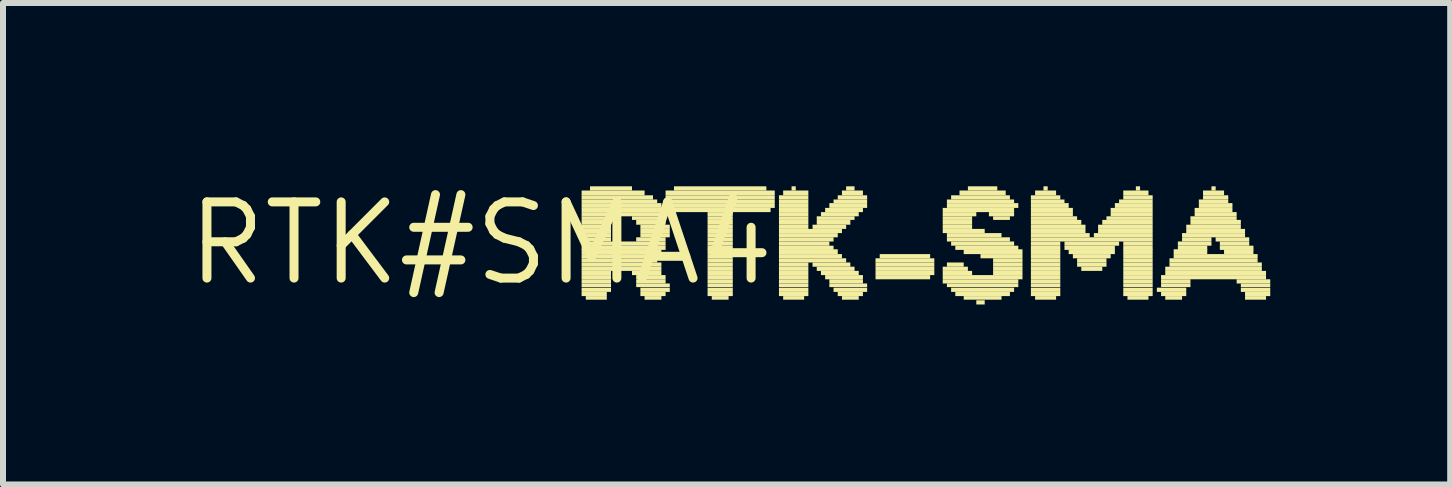
<source format=kicad_pcb>
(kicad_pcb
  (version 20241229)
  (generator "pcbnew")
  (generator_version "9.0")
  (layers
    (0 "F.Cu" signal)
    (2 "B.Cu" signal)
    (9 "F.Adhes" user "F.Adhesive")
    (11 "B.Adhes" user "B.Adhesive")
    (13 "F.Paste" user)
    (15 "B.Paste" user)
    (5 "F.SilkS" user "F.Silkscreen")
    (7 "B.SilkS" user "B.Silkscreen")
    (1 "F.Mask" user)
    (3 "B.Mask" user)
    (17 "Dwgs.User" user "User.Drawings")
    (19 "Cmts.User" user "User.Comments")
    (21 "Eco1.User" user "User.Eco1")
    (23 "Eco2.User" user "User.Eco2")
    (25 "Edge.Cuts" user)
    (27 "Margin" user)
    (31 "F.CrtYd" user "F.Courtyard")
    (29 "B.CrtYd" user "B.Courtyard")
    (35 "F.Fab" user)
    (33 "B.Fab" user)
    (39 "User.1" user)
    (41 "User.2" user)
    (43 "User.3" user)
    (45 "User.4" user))
  (footprint "RTK#SMA4"
    (layer "F.Cu")
    (at 4.966 1.006)
    (property "Reference" "RTK#SMA4" (at 0 0 0) (layer "F.SilkS") (effects (font (size 1.27 1.27) (thickness 0.15))))
    (attr through_hole)
    (fp_poly (pts (xy 1.68 -0.8) (xy 2.73 -0.8) (xy 2.73 -0.88) (xy 1.68 -0.88)) (stroke (width 0) (type solid)) (fill yes) (layer "F.SilkS"))
    (fp_poly (pts (xy 1.68 -0.73) (xy 2.87 -0.73) (xy 2.87 -0.8) (xy 1.68 -0.8)) (stroke (width 0) (type solid)) (fill yes) (layer "F.SilkS"))
    (fp_poly (pts (xy 1.68 -0.67) (xy 2.94 -0.67) (xy 2.94 -0.73) (xy 1.68 -0.73)) (stroke (width 0) (type solid)) (fill yes) (layer "F.SilkS"))
    (fp_poly (pts (xy 1.68 -0.59) (xy 3.01 -0.59) (xy 3.01 -0.67) (xy 1.68 -0.67)) (stroke (width 0) (type solid)) (fill yes) (layer "F.SilkS"))
    (fp_poly (pts (xy 1.68 -0.52) (xy 3.01 -0.52) (xy 3.01 -0.59) (xy 1.68 -0.59)) (stroke (width 0) (type solid)) (fill yes) (layer "F.SilkS"))
    (fp_poly (pts (xy 1.68 -0.45) (xy 3.08 -0.45) (xy 3.08 -0.52) (xy 1.68 -0.52)) (stroke (width 0) (type solid)) (fill yes) (layer "F.SilkS"))
    (fp_poly (pts (xy 1.68 -0.39) (xy 2.17 -0.39) (xy 2.17 -0.45) (xy 1.68 -0.45)) (stroke (width 0) (type solid)) (fill yes) (layer "F.SilkS"))
    (fp_poly (pts (xy 1.68 -0.31) (xy 2.17 -0.31) (xy 2.17 -0.39) (xy 1.68 -0.39)) (stroke (width 0) (type solid)) (fill yes) (layer "F.SilkS"))
    (fp_poly (pts (xy 1.68 -0.24) (xy 2.17 -0.24) (xy 2.17 -0.31) (xy 1.68 -0.31)) (stroke (width 0) (type solid)) (fill yes) (layer "F.SilkS"))
    (fp_poly (pts (xy 1.68 -0.17) (xy 2.17 -0.17) (xy 2.17 -0.24) (xy 1.68 -0.24)) (stroke (width 0) (type solid)) (fill yes) (layer "F.SilkS"))
    (fp_poly (pts (xy 1.68 -0.1) (xy 2.17 -0.1) (xy 2.17 -0.17) (xy 1.68 -0.17)) (stroke (width 0) (type solid)) (fill yes) (layer "F.SilkS"))
    (fp_poly (pts (xy 1.68 -0.03) (xy 2.17 -0.03) (xy 2.17 -0.1) (xy 1.68 -0.1)) (stroke (width 0) (type solid)) (fill yes) (layer "F.SilkS"))
    (fp_poly (pts (xy 1.68 0.04) (xy 3.08 0.04) (xy 3.08 -0.03) (xy 1.68 -0.03)) (stroke (width 0) (type solid)) (fill yes) (layer "F.SilkS"))
    (fp_poly (pts (xy 1.68 0.11) (xy 3.08 0.11) (xy 3.08 0.04) (xy 1.68 0.04)) (stroke (width 0) (type solid)) (fill yes) (layer "F.SilkS"))
    (fp_poly (pts (xy 1.68 0.18) (xy 3.01 0.18) (xy 3.01 0.1) (xy 1.68 0.1)) (stroke (width 0) (type solid)) (fill yes) (layer "F.SilkS"))
    (fp_poly (pts (xy 1.68 0.25) (xy 2.94 0.25) (xy 2.94 0.18) (xy 1.68 0.18)) (stroke (width 0) (type solid)) (fill yes) (layer "F.SilkS"))
    (fp_poly (pts (xy 1.68 0.32) (xy 2.94 0.32) (xy 2.94 0.25) (xy 1.68 0.25)) (stroke (width 0) (type solid)) (fill yes) (layer "F.SilkS"))
    (fp_poly (pts (xy 1.68 0.39) (xy 3.01 0.39) (xy 3.01 0.32) (xy 1.68 0.32)) (stroke (width 0) (type solid)) (fill yes) (layer "F.SilkS"))
    (fp_poly (pts (xy 1.68 0.46) (xy 3.01 0.46) (xy 3.01 0.39) (xy 1.68 0.39)) (stroke (width 0) (type solid)) (fill yes) (layer "F.SilkS"))
    (fp_poly (pts (xy 1.68 0.53) (xy 2.17 0.53) (xy 2.17 0.46) (xy 1.68 0.46)) (stroke (width 0) (type solid)) (fill yes) (layer "F.SilkS"))
    (fp_poly (pts (xy 1.68 0.6) (xy 2.17 0.6) (xy 2.17 0.53) (xy 1.68 0.53)) (stroke (width 0) (type solid)) (fill yes) (layer "F.SilkS"))
    (fp_poly (pts (xy 1.68 0.67) (xy 2.17 0.67) (xy 2.17 0.6) (xy 1.68 0.6)) (stroke (width 0) (type solid)) (fill yes) (layer "F.SilkS"))
    (fp_poly (pts (xy 1.68 0.73) (xy 2.17 0.73) (xy 2.17 0.67) (xy 1.68 0.67)) (stroke (width 0) (type solid)) (fill yes) (layer "F.SilkS"))
    (fp_poly (pts (xy 1.68 0.81) (xy 2.17 0.81) (xy 2.17 0.74) (xy 1.68 0.74)) (stroke (width 0) (type solid)) (fill yes) (layer "F.SilkS"))
    (fp_poly (pts (xy 1.68 0.88) (xy 2.1 0.88) (xy 2.1 0.81) (xy 1.68 0.81)) (stroke (width 0) (type solid)) (fill yes) (layer "F.SilkS"))
    (fp_poly (pts (xy 1.75 0.94) (xy 2.1 0.94) (xy 2.1 0.88) (xy 1.75 0.88)) (stroke (width 0) (type solid)) (fill yes) (layer "F.SilkS"))
    (fp_poly (pts (xy 1.82 -0.88) (xy 2.52 -0.88) (xy 2.52 -0.95) (xy 1.82 -0.95)) (stroke (width 0) (type solid)) (fill yes) (layer "F.SilkS"))
    (fp_poly (pts (xy 2.52 -0.39) (xy 3.08 -0.39) (xy 3.08 -0.45) (xy 2.52 -0.45)) (stroke (width 0) (type solid)) (fill yes) (layer "F.SilkS"))
    (fp_poly (pts (xy 2.52 0.53) (xy 3.01 0.53) (xy 3.01 0.46) (xy 2.52 0.46)) (stroke (width 0) (type solid)) (fill yes) (layer "F.SilkS"))
    (fp_poly (pts (xy 2.59 -0.31) (xy 3.08 -0.31) (xy 3.08 -0.39) (xy 2.59 -0.39)) (stroke (width 0) (type solid)) (fill yes) (layer "F.SilkS"))
    (fp_poly (pts (xy 2.59 -0.03) (xy 3.08 -0.03) (xy 3.08 -0.1) (xy 2.59 -0.1)) (stroke (width 0) (type solid)) (fill yes) (layer "F.SilkS"))
    (fp_poly (pts (xy 2.59 0.6) (xy 3.08 0.6) (xy 3.08 0.53) (xy 2.59 0.53)) (stroke (width 0) (type solid)) (fill yes) (layer "F.SilkS"))
    (fp_poly (pts (xy 2.59 0.67) (xy 3.08 0.67) (xy 3.08 0.6) (xy 2.59 0.6)) (stroke (width 0) (type solid)) (fill yes) (layer "F.SilkS"))
    (fp_poly (pts (xy 2.59 0.73) (xy 3.15 0.73) (xy 3.15 0.67) (xy 2.59 0.67)) (stroke (width 0) (type solid)) (fill yes) (layer "F.SilkS"))
    (fp_poly (pts (xy 2.66 -0.24) (xy 3.15 -0.24) (xy 3.15 -0.31) (xy 2.66 -0.31)) (stroke (width 0) (type solid)) (fill yes) (layer "F.SilkS"))
    (fp_poly (pts (xy 2.66 -0.17) (xy 3.15 -0.17) (xy 3.15 -0.24) (xy 2.66 -0.24)) (stroke (width 0) (type solid)) (fill yes) (layer "F.SilkS"))
    (fp_poly (pts (xy 2.66 -0.1) (xy 3.15 -0.1) (xy 3.15 -0.17) (xy 2.66 -0.17)) (stroke (width 0) (type solid)) (fill yes) (layer "F.SilkS"))
    (fp_poly (pts (xy 2.66 0.81) (xy 3.15 0.81) (xy 3.15 0.74) (xy 2.66 0.74)) (stroke (width 0) (type solid)) (fill yes) (layer "F.SilkS"))
    (fp_poly (pts (xy 2.66 0.88) (xy 3.08 0.88) (xy 3.08 0.81) (xy 2.66 0.81)) (stroke (width 0) (type solid)) (fill yes) (layer "F.SilkS"))
    (fp_poly (pts (xy 2.73 0.94) (xy 3.01 0.94) (xy 3.01 0.88) (xy 2.73 0.88)) (stroke (width 0) (type solid)) (fill yes) (layer "F.SilkS"))
    (fp_poly (pts (xy 3.08 -0.8) (xy 4.9 -0.8) (xy 4.9 -0.88) (xy 3.08 -0.88)) (stroke (width 0) (type solid)) (fill yes) (layer "F.SilkS"))
    (fp_poly (pts (xy 3.08 -0.73) (xy 4.9 -0.73) (xy 4.9 -0.8) (xy 3.08 -0.8)) (stroke (width 0) (type solid)) (fill yes) (layer "F.SilkS"))
    (fp_poly (pts (xy 3.08 -0.67) (xy 4.9 -0.67) (xy 4.9 -0.73) (xy 3.08 -0.73)) (stroke (width 0) (type solid)) (fill yes) (layer "F.SilkS"))
    (fp_poly (pts (xy 3.08 -0.59) (xy 4.9 -0.59) (xy 4.9 -0.67) (xy 3.08 -0.67)) (stroke (width 0) (type solid)) (fill yes) (layer "F.SilkS"))
    (fp_poly (pts (xy 3.15 -0.52) (xy 4.83 -0.52) (xy 4.83 -0.59) (xy 3.15 -0.59)) (stroke (width 0) (type solid)) (fill yes) (layer "F.SilkS"))
    (fp_poly (pts (xy 3.22 -0.88) (xy 4.76 -0.88) (xy 4.76 -0.95) (xy 3.22 -0.95)) (stroke (width 0) (type solid)) (fill yes) (layer "F.SilkS"))
    (fp_poly (pts (xy 3.78 -0.45) (xy 4.2 -0.45) (xy 4.2 -0.52) (xy 3.78 -0.52)) (stroke (width 0) (type solid)) (fill yes) (layer "F.SilkS"))
    (fp_poly (pts (xy 3.78 -0.39) (xy 4.2 -0.39) (xy 4.2 -0.45) (xy 3.78 -0.45)) (stroke (width 0) (type solid)) (fill yes) (layer "F.SilkS"))
    (fp_poly (pts (xy 3.78 -0.31) (xy 4.2 -0.31) (xy 4.2 -0.39) (xy 3.78 -0.39)) (stroke (width 0) (type solid)) (fill yes) (layer "F.SilkS"))
    (fp_poly (pts (xy 3.78 -0.24) (xy 4.2 -0.24) (xy 4.2 -0.31) (xy 3.78 -0.31)) (stroke (width 0) (type solid)) (fill yes) (layer "F.SilkS"))
    (fp_poly (pts (xy 3.78 -0.17) (xy 4.2 -0.17) (xy 4.2 -0.24) (xy 3.78 -0.24)) (stroke (width 0) (type solid)) (fill yes) (layer "F.SilkS"))
    (fp_poly (pts (xy 3.78 -0.1) (xy 4.2 -0.1) (xy 4.2 -0.17) (xy 3.78 -0.17)) (stroke (width 0) (type solid)) (fill yes) (layer "F.SilkS"))
    (fp_poly (pts (xy 3.78 -0.03) (xy 4.2 -0.03) (xy 4.2 -0.1) (xy 3.78 -0.1)) (stroke (width 0) (type solid)) (fill yes) (layer "F.SilkS"))
    (fp_poly (pts (xy 3.78 0.04) (xy 4.2 0.04) (xy 4.2 -0.03) (xy 3.78 -0.03)) (stroke (width 0) (type solid)) (fill yes) (layer "F.SilkS"))
    (fp_poly (pts (xy 3.78 0.11) (xy 4.2 0.11) (xy 4.2 0.04) (xy 3.78 0.04)) (stroke (width 0) (type solid)) (fill yes) (layer "F.SilkS"))
    (fp_poly (pts (xy 3.78 0.18) (xy 4.2 0.18) (xy 4.2 0.1) (xy 3.78 0.1)) (stroke (width 0) (type solid)) (fill yes) (layer "F.SilkS"))
    (fp_poly (pts (xy 3.78 0.25) (xy 4.2 0.25) (xy 4.2 0.18) (xy 3.78 0.18)) (stroke (width 0) (type solid)) (fill yes) (layer "F.SilkS"))
    (fp_poly (pts (xy 3.78 0.32) (xy 4.2 0.32) (xy 4.2 0.25) (xy 3.78 0.25)) (stroke (width 0) (type solid)) (fill yes) (layer "F.SilkS"))
    (fp_poly (pts (xy 3.78 0.39) (xy 4.2 0.39) (xy 4.2 0.32) (xy 3.78 0.32)) (stroke (width 0) (type solid)) (fill yes) (layer "F.SilkS"))
    (fp_poly (pts (xy 3.78 0.46) (xy 4.2 0.46) (xy 4.2 0.39) (xy 3.78 0.39)) (stroke (width 0) (type solid)) (fill yes) (layer "F.SilkS"))
    (fp_poly (pts (xy 3.78 0.53) (xy 4.2 0.53) (xy 4.2 0.46) (xy 3.78 0.46)) (stroke (width 0) (type solid)) (fill yes) (layer "F.SilkS"))
    (fp_poly (pts (xy 3.78 0.6) (xy 4.2 0.6) (xy 4.2 0.53) (xy 3.78 0.53)) (stroke (width 0) (type solid)) (fill yes) (layer "F.SilkS"))
    (fp_poly (pts (xy 3.78 0.67) (xy 4.2 0.67) (xy 4.2 0.6) (xy 3.78 0.6)) (stroke (width 0) (type solid)) (fill yes) (layer "F.SilkS"))
    (fp_poly (pts (xy 3.78 0.73) (xy 4.2 0.73) (xy 4.2 0.67) (xy 3.78 0.67)) (stroke (width 0) (type solid)) (fill yes) (layer "F.SilkS"))
    (fp_poly (pts (xy 3.78 0.81) (xy 4.2 0.81) (xy 4.2 0.74) (xy 3.78 0.74)) (stroke (width 0) (type solid)) (fill yes) (layer "F.SilkS"))
    (fp_poly (pts (xy 3.78 0.88) (xy 4.2 0.88) (xy 4.2 0.81) (xy 3.78 0.81)) (stroke (width 0) (type solid)) (fill yes) (layer "F.SilkS"))
    (fp_poly (pts (xy 3.85 0.94) (xy 4.13 0.94) (xy 4.13 0.88) (xy 3.85 0.88)) (stroke (width 0) (type solid)) (fill yes) (layer "F.SilkS"))
    (fp_poly (pts (xy 4.97 -0.73) (xy 5.46 -0.73) (xy 5.46 -0.8) (xy 4.97 -0.8)) (stroke (width 0) (type solid)) (fill yes) (layer "F.SilkS"))
    (fp_poly (pts (xy 4.97 -0.67) (xy 5.46 -0.67) (xy 5.46 -0.73) (xy 4.97 -0.73)) (stroke (width 0) (type solid)) (fill yes) (layer "F.SilkS"))
    (fp_poly (pts (xy 4.97 -0.59) (xy 5.46 -0.59) (xy 5.46 -0.67) (xy 4.97 -0.67)) (stroke (width 0) (type solid)) (fill yes) (layer "F.SilkS"))
    (fp_poly (pts (xy 4.97 -0.52) (xy 5.46 -0.52) (xy 5.46 -0.59) (xy 4.97 -0.59)) (stroke (width 0) (type solid)) (fill yes) (layer "F.SilkS"))
    (fp_poly (pts (xy 4.97 -0.45) (xy 5.46 -0.45) (xy 5.46 -0.52) (xy 4.97 -0.52)) (stroke (width 0) (type solid)) (fill yes) (layer "F.SilkS"))
    (fp_poly (pts (xy 4.97 -0.39) (xy 5.46 -0.39) (xy 5.46 -0.45) (xy 4.97 -0.45)) (stroke (width 0) (type solid)) (fill yes) (layer "F.SilkS"))
    (fp_poly (pts (xy 4.97 -0.31) (xy 5.46 -0.31) (xy 5.46 -0.39) (xy 4.97 -0.39)) (stroke (width 0) (type solid)) (fill yes) (layer "F.SilkS"))
    (fp_poly (pts (xy 4.97 -0.24) (xy 5.46 -0.24) (xy 5.46 -0.31) (xy 4.97 -0.31)) (stroke (width 0) (type solid)) (fill yes) (layer "F.SilkS"))
    (fp_poly (pts (xy 4.97 -0.17) (xy 6.02 -0.17) (xy 6.02 -0.24) (xy 4.97 -0.24)) (stroke (width 0) (type solid)) (fill yes) (layer "F.SilkS"))
    (fp_poly (pts (xy 4.97 -0.1) (xy 5.95 -0.1) (xy 5.95 -0.17) (xy 4.97 -0.17)) (stroke (width 0) (type solid)) (fill yes) (layer "F.SilkS"))
    (fp_poly (pts (xy 4.97 -0.03) (xy 5.88 -0.03) (xy 5.88 -0.1) (xy 4.97 -0.1)) (stroke (width 0) (type solid)) (fill yes) (layer "F.SilkS"))
    (fp_poly (pts (xy 4.97 0.04) (xy 5.81 0.04) (xy 5.81 -0.03) (xy 4.97 -0.03)) (stroke (width 0) (type solid)) (fill yes) (layer "F.SilkS"))
    (fp_poly (pts (xy 4.97 0.11) (xy 5.88 0.11) (xy 5.88 0.04) (xy 4.97 0.04)) (stroke (width 0) (type solid)) (fill yes) (layer "F.SilkS"))
    (fp_poly (pts (xy 4.97 0.18) (xy 5.95 0.18) (xy 5.95 0.1) (xy 4.97 0.1)) (stroke (width 0) (type solid)) (fill yes) (layer "F.SilkS"))
    (fp_poly (pts (xy 4.97 0.25) (xy 6.02 0.25) (xy 6.02 0.18) (xy 4.97 0.18)) (stroke (width 0) (type solid)) (fill yes) (layer "F.SilkS"))
    (fp_poly (pts (xy 4.97 0.32) (xy 6.09 0.32) (xy 6.09 0.25) (xy 4.97 0.25)) (stroke (width 0) (type solid)) (fill yes) (layer "F.SilkS"))
    (fp_poly (pts (xy 4.97 0.39) (xy 5.46 0.39) (xy 5.46 0.32) (xy 4.97 0.32)) (stroke (width 0) (type solid)) (fill yes) (layer "F.SilkS"))
    (fp_poly (pts (xy 4.97 0.46) (xy 5.46 0.46) (xy 5.46 0.39) (xy 4.97 0.39)) (stroke (width 0) (type solid)) (fill yes) (layer "F.SilkS"))
    (fp_poly (pts (xy 4.97 0.53) (xy 5.46 0.53) (xy 5.46 0.46) (xy 4.97 0.46)) (stroke (width 0) (type solid)) (fill yes) (layer "F.SilkS"))
    (fp_poly (pts (xy 4.97 0.6) (xy 5.46 0.6) (xy 5.46 0.53) (xy 4.97 0.53)) (stroke (width 0) (type solid)) (fill yes) (layer "F.SilkS"))
    (fp_poly (pts (xy 4.97 0.67) (xy 5.46 0.67) (xy 5.46 0.6) (xy 4.97 0.6)) (stroke (width 0) (type solid)) (fill yes) (layer "F.SilkS"))
    (fp_poly (pts (xy 4.97 0.73) (xy 5.46 0.73) (xy 5.46 0.67) (xy 4.97 0.67)) (stroke (width 0) (type solid)) (fill yes) (layer "F.SilkS"))
    (fp_poly (pts (xy 4.97 0.81) (xy 5.46 0.81) (xy 5.46 0.74) (xy 4.97 0.74)) (stroke (width 0) (type solid)) (fill yes) (layer "F.SilkS"))
    (fp_poly (pts (xy 4.97 0.88) (xy 5.46 0.88) (xy 5.46 0.81) (xy 4.97 0.81)) (stroke (width 0) (type solid)) (fill yes) (layer "F.SilkS"))
    (fp_poly (pts (xy 5.04 -0.8) (xy 5.46 -0.8) (xy 5.46 -0.88) (xy 5.04 -0.88)) (stroke (width 0) (type solid)) (fill yes) (layer "F.SilkS"))
    (fp_poly (pts (xy 5.04 0.94) (xy 5.39 0.94) (xy 5.39 0.88) (xy 5.04 0.88)) (stroke (width 0) (type solid)) (fill yes) (layer "F.SilkS"))
    (fp_poly (pts (xy 5.18 -0.88) (xy 5.25 -0.88) (xy 5.25 -0.95) (xy 5.18 -0.95)) (stroke (width 0) (type solid)) (fill yes) (layer "F.SilkS"))
    (fp_poly (pts (xy 5.53 -0.24) (xy 6.09 -0.24) (xy 6.09 -0.31) (xy 5.53 -0.31)) (stroke (width 0) (type solid)) (fill yes) (layer "F.SilkS"))
    (fp_poly (pts (xy 5.53 0.39) (xy 6.16 0.39) (xy 6.16 0.32) (xy 5.53 0.32)) (stroke (width 0) (type solid)) (fill yes) (layer "F.SilkS"))
    (fp_poly (pts (xy 5.6 -0.39) (xy 6.23 -0.39) (xy 6.23 -0.45) (xy 5.6 -0.45)) (stroke (width 0) (type solid)) (fill yes) (layer "F.SilkS"))
    (fp_poly (pts (xy 5.6 -0.31) (xy 6.16 -0.31) (xy 6.16 -0.39) (xy 5.6 -0.39)) (stroke (width 0) (type solid)) (fill yes) (layer "F.SilkS"))
    (fp_poly (pts (xy 5.6 0.46) (xy 6.23 0.46) (xy 6.23 0.39) (xy 5.6 0.39)) (stroke (width 0) (type solid)) (fill yes) (layer "F.SilkS"))
    (fp_poly (pts (xy 5.67 -0.45) (xy 6.3 -0.45) (xy 6.3 -0.52) (xy 5.67 -0.52)) (stroke (width 0) (type solid)) (fill yes) (layer "F.SilkS"))
    (fp_poly (pts (xy 5.67 0.53) (xy 6.3 0.53) (xy 6.3 0.46) (xy 5.67 0.46)) (stroke (width 0) (type solid)) (fill yes) (layer "F.SilkS"))
    (fp_poly (pts (xy 5.74 -0.52) (xy 6.37 -0.52) (xy 6.37 -0.59) (xy 5.74 -0.59)) (stroke (width 0) (type solid)) (fill yes) (layer "F.SilkS"))
    (fp_poly (pts (xy 5.74 0.6) (xy 6.37 0.6) (xy 6.37 0.53) (xy 5.74 0.53)) (stroke (width 0) (type solid)) (fill yes) (layer "F.SilkS"))
    (fp_poly (pts (xy 5.81 -0.59) (xy 6.44 -0.59) (xy 6.44 -0.67) (xy 5.81 -0.67)) (stroke (width 0) (type solid)) (fill yes) (layer "F.SilkS"))
    (fp_poly (pts (xy 5.81 0.67) (xy 6.37 0.67) (xy 6.37 0.6) (xy 5.81 0.6)) (stroke (width 0) (type solid)) (fill yes) (layer "F.SilkS"))
    (fp_poly (pts (xy 5.81 0.73) (xy 6.44 0.73) (xy 6.44 0.67) (xy 5.81 0.67)) (stroke (width 0) (type solid)) (fill yes) (layer "F.SilkS"))
    (fp_poly (pts (xy 5.88 -0.67) (xy 6.44 -0.67) (xy 6.44 -0.73) (xy 5.88 -0.73)) (stroke (width 0) (type solid)) (fill yes) (layer "F.SilkS"))
    (fp_poly (pts (xy 5.88 0.81) (xy 6.44 0.81) (xy 6.44 0.74) (xy 5.88 0.74)) (stroke (width 0) (type solid)) (fill yes) (layer "F.SilkS"))
    (fp_poly (pts (xy 5.95 -0.73) (xy 6.44 -0.73) (xy 6.44 -0.8) (xy 5.95 -0.8)) (stroke (width 0) (type solid)) (fill yes) (layer "F.SilkS"))
    (fp_poly (pts (xy 5.95 0.88) (xy 6.37 0.88) (xy 6.37 0.81) (xy 5.95 0.81)) (stroke (width 0) (type solid)) (fill yes) (layer "F.SilkS"))
    (fp_poly (pts (xy 6.02 -0.8) (xy 6.37 -0.8) (xy 6.37 -0.88) (xy 6.02 -0.88)) (stroke (width 0) (type solid)) (fill yes) (layer "F.SilkS"))
    (fp_poly (pts (xy 6.02 0.94) (xy 6.3 0.94) (xy 6.3 0.88) (xy 6.02 0.88)) (stroke (width 0) (type solid)) (fill yes) (layer "F.SilkS"))
    (fp_poly (pts (xy 6.09 -0.88) (xy 6.23 -0.88) (xy 6.23 -0.95) (xy 6.09 -0.95)) (stroke (width 0) (type solid)) (fill yes) (layer "F.SilkS"))
    (fp_poly (pts (xy 6.58 0.32) (xy 7.56 0.32) (xy 7.56 0.25) (xy 6.58 0.25)) (stroke (width 0) (type solid)) (fill yes) (layer "F.SilkS"))
    (fp_poly (pts (xy 6.58 0.39) (xy 7.56 0.39) (xy 7.56 0.32) (xy 6.58 0.32)) (stroke (width 0) (type solid)) (fill yes) (layer "F.SilkS"))
    (fp_poly (pts (xy 6.58 0.46) (xy 7.56 0.46) (xy 7.56 0.39) (xy 6.58 0.39)) (stroke (width 0) (type solid)) (fill yes) (layer "F.SilkS"))
    (fp_poly (pts (xy 6.58 0.53) (xy 7.56 0.53) (xy 7.56 0.46) (xy 6.58 0.46)) (stroke (width 0) (type solid)) (fill yes) (layer "F.SilkS"))
    (fp_poly (pts (xy 6.58 0.6) (xy 7.49 0.6) (xy 7.49 0.53) (xy 6.58 0.53)) (stroke (width 0) (type solid)) (fill yes) (layer "F.SilkS"))
    (fp_poly (pts (xy 6.65 0.25) (xy 7.49 0.25) (xy 7.49 0.18) (xy 6.65 0.18)) (stroke (width 0) (type solid)) (fill yes) (layer "F.SilkS"))
    (fp_poly (pts (xy 7.7 -0.52) (xy 8.89 -0.52) (xy 8.89 -0.59) (xy 7.7 -0.59)) (stroke (width 0) (type solid)) (fill yes) (layer "F.SilkS"))
    (fp_poly (pts (xy 7.7 -0.45) (xy 8.26 -0.45) (xy 8.26 -0.52) (xy 7.7 -0.52)) (stroke (width 0) (type solid)) (fill yes) (layer "F.SilkS"))
    (fp_poly (pts (xy 7.7 -0.39) (xy 8.19 -0.39) (xy 8.19 -0.45) (xy 7.7 -0.45)) (stroke (width 0) (type solid)) (fill yes) (layer "F.SilkS"))
    (fp_poly (pts (xy 7.7 -0.31) (xy 8.19 -0.31) (xy 8.19 -0.39) (xy 7.7 -0.39)) (stroke (width 0) (type solid)) (fill yes) (layer "F.SilkS"))
    (fp_poly (pts (xy 7.7 -0.24) (xy 8.19 -0.24) (xy 8.19 -0.31) (xy 7.7 -0.31)) (stroke (width 0) (type solid)) (fill yes) (layer "F.SilkS"))
    (fp_poly (pts (xy 7.7 -0.17) (xy 8.4 -0.17) (xy 8.4 -0.24) (xy 7.7 -0.24)) (stroke (width 0) (type solid)) (fill yes) (layer "F.SilkS"))
    (fp_poly (pts (xy 7.7 0.46) (xy 8.12 0.46) (xy 8.12 0.39) (xy 7.7 0.39)) (stroke (width 0) (type solid)) (fill yes) (layer "F.SilkS"))
    (fp_poly (pts (xy 7.7 0.53) (xy 8.19 0.53) (xy 8.19 0.46) (xy 7.7 0.46)) (stroke (width 0) (type solid)) (fill yes) (layer "F.SilkS"))
    (fp_poly (pts (xy 7.7 0.6) (xy 9.03 0.6) (xy 9.03 0.53) (xy 7.7 0.53)) (stroke (width 0) (type solid)) (fill yes) (layer "F.SilkS"))
    (fp_poly (pts (xy 7.7 0.67) (xy 8.96 0.67) (xy 8.96 0.6) (xy 7.7 0.6)) (stroke (width 0) (type solid)) (fill yes) (layer "F.SilkS"))
    (fp_poly (pts (xy 7.77 -0.67) (xy 8.89 -0.67) (xy 8.89 -0.73) (xy 7.77 -0.73)) (stroke (width 0) (type solid)) (fill yes) (layer "F.SilkS"))
    (fp_poly (pts (xy 7.77 -0.59) (xy 8.96 -0.59) (xy 8.96 -0.67) (xy 7.77 -0.67)) (stroke (width 0) (type solid)) (fill yes) (layer "F.SilkS"))
    (fp_poly (pts (xy 7.77 -0.1) (xy 8.68 -0.1) (xy 8.68 -0.17) (xy 7.77 -0.17)) (stroke (width 0) (type solid)) (fill yes) (layer "F.SilkS"))
    (fp_poly (pts (xy 7.77 -0.03) (xy 8.82 -0.03) (xy 8.82 -0.1) (xy 7.77 -0.1)) (stroke (width 0) (type solid)) (fill yes) (layer "F.SilkS"))
    (fp_poly (pts (xy 7.77 0.39) (xy 8.05 0.39) (xy 8.05 0.32) (xy 7.77 0.32)) (stroke (width 0) (type solid)) (fill yes) (layer "F.SilkS"))
    (fp_poly (pts (xy 7.77 0.73) (xy 8.96 0.73) (xy 8.96 0.67) (xy 7.77 0.67)) (stroke (width 0) (type solid)) (fill yes) (layer "F.SilkS"))
    (fp_poly (pts (xy 7.84 -0.73) (xy 8.82 -0.73) (xy 8.82 -0.8) (xy 7.84 -0.8)) (stroke (width 0) (type solid)) (fill yes) (layer "F.SilkS"))
    (fp_poly (pts (xy 7.84 0.04) (xy 8.89 0.04) (xy 8.89 -0.03) (xy 7.84 -0.03)) (stroke (width 0) (type solid)) (fill yes) (layer "F.SilkS"))
    (fp_poly (pts (xy 7.84 0.81) (xy 8.89 0.81) (xy 8.89 0.74) (xy 7.84 0.74)) (stroke (width 0) (type solid)) (fill yes) (layer "F.SilkS"))
    (fp_poly (pts (xy 7.91 0.11) (xy 8.96 0.11) (xy 8.96 0.04) (xy 7.91 0.04)) (stroke (width 0) (type solid)) (fill yes) (layer "F.SilkS"))
    (fp_poly (pts (xy 7.91 0.88) (xy 8.82 0.88) (xy 8.82 0.81) (xy 7.91 0.81)) (stroke (width 0) (type solid)) (fill yes) (layer "F.SilkS"))
    (fp_poly (pts (xy 7.98 -0.8) (xy 8.75 -0.8) (xy 8.75 -0.88) (xy 7.98 -0.88)) (stroke (width 0) (type solid)) (fill yes) (layer "F.SilkS"))
    (fp_poly (pts (xy 8.05 0.18) (xy 9.03 0.18) (xy 9.03 0.1) (xy 8.05 0.1)) (stroke (width 0) (type solid)) (fill yes) (layer "F.SilkS"))
    (fp_poly (pts (xy 8.05 0.94) (xy 8.68 0.94) (xy 8.68 0.88) (xy 8.05 0.88)) (stroke (width 0) (type solid)) (fill yes) (layer "F.SilkS"))
    (fp_poly (pts (xy 8.12 -0.88) (xy 8.61 -0.88) (xy 8.61 -0.95) (xy 8.12 -0.95)) (stroke (width 0) (type solid)) (fill yes) (layer "F.SilkS"))
    (fp_poly (pts (xy 8.26 1.02) (xy 8.4 1.02) (xy 8.4 0.95) (xy 8.26 0.95)) (stroke (width 0) (type solid)) (fill yes) (layer "F.SilkS"))
    (fp_poly (pts (xy 8.33 0.25) (xy 9.03 0.25) (xy 9.03 0.18) (xy 8.33 0.18)) (stroke (width 0) (type solid)) (fill yes) (layer "F.SilkS"))
    (fp_poly (pts (xy 8.47 -0.45) (xy 8.89 -0.45) (xy 8.89 -0.52) (xy 8.47 -0.52)) (stroke (width 0) (type solid)) (fill yes) (layer "F.SilkS"))
    (fp_poly (pts (xy 8.54 -0.39) (xy 8.82 -0.39) (xy 8.82 -0.45) (xy 8.54 -0.45)) (stroke (width 0) (type solid)) (fill yes) (layer "F.SilkS"))
    (fp_poly (pts (xy 8.54 0.32) (xy 9.03 0.32) (xy 9.03 0.25) (xy 8.54 0.25)) (stroke (width 0) (type solid)) (fill yes) (layer "F.SilkS"))
    (fp_poly (pts (xy 8.54 0.39) (xy 9.03 0.39) (xy 9.03 0.32) (xy 8.54 0.32)) (stroke (width 0) (type solid)) (fill yes) (layer "F.SilkS"))
    (fp_poly (pts (xy 8.54 0.46) (xy 9.03 0.46) (xy 9.03 0.39) (xy 8.54 0.39)) (stroke (width 0) (type solid)) (fill yes) (layer "F.SilkS"))
    (fp_poly (pts (xy 8.54 0.53) (xy 9.03 0.53) (xy 9.03 0.46) (xy 8.54 0.46)) (stroke (width 0) (type solid)) (fill yes) (layer "F.SilkS"))
    (fp_poly (pts (xy 9.17 -0.73) (xy 9.66 -0.73) (xy 9.66 -0.8) (xy 9.17 -0.8)) (stroke (width 0) (type solid)) (fill yes) (layer "F.SilkS"))
    (fp_poly (pts (xy 9.17 -0.67) (xy 9.73 -0.67) (xy 9.73 -0.73) (xy 9.17 -0.73)) (stroke (width 0) (type solid)) (fill yes) (layer "F.SilkS"))
    (fp_poly (pts (xy 9.17 -0.59) (xy 9.8 -0.59) (xy 9.8 -0.67) (xy 9.17 -0.67)) (stroke (width 0) (type solid)) (fill yes) (layer "F.SilkS"))
    (fp_poly (pts (xy 9.17 -0.52) (xy 9.87 -0.52) (xy 9.87 -0.59) (xy 9.17 -0.59)) (stroke (width 0) (type solid)) (fill yes) (layer "F.SilkS"))
    (fp_poly (pts (xy 9.17 -0.45) (xy 9.87 -0.45) (xy 9.87 -0.52) (xy 9.17 -0.52)) (stroke (width 0) (type solid)) (fill yes) (layer "F.SilkS"))
    (fp_poly (pts (xy 9.17 -0.39) (xy 9.94 -0.39) (xy 9.94 -0.45) (xy 9.17 -0.45)) (stroke (width 0) (type solid)) (fill yes) (layer "F.SilkS"))
    (fp_poly (pts (xy 9.17 -0.31) (xy 10.01 -0.31) (xy 10.01 -0.39) (xy 9.17 -0.39)) (stroke (width 0) (type solid)) (fill yes) (layer "F.SilkS"))
    (fp_poly (pts (xy 9.17 -0.24) (xy 10.08 -0.24) (xy 10.08 -0.31) (xy 9.17 -0.31)) (stroke (width 0) (type solid)) (fill yes) (layer "F.SilkS"))
    (fp_poly (pts (xy 9.17 -0.17) (xy 10.08 -0.17) (xy 10.08 -0.24) (xy 9.17 -0.24)) (stroke (width 0) (type solid)) (fill yes) (layer "F.SilkS"))
    (fp_poly (pts (xy 9.17 -0.1) (xy 10.15 -0.1) (xy 10.15 -0.17) (xy 9.17 -0.17)) (stroke (width 0) (type solid)) (fill yes) (layer "F.SilkS"))
    (fp_poly (pts (xy 9.17 -0.03) (xy 11.2 -0.03) (xy 11.2 -0.1) (xy 9.17 -0.1)) (stroke (width 0) (type solid)) (fill yes) (layer "F.SilkS"))
    (fp_poly (pts (xy 9.17 0.04) (xy 9.66 0.04) (xy 9.66 -0.03) (xy 9.17 -0.03)) (stroke (width 0) (type solid)) (fill yes) (layer "F.SilkS"))
    (fp_poly (pts (xy 9.17 0.11) (xy 9.66 0.11) (xy 9.66 0.04) (xy 9.17 0.04)) (stroke (width 0) (type solid)) (fill yes) (layer "F.SilkS"))
    (fp_poly (pts (xy 9.17 0.18) (xy 9.66 0.18) (xy 9.66 0.1) (xy 9.17 0.1)) (stroke (width 0) (type solid)) (fill yes) (layer "F.SilkS"))
    (fp_poly (pts (xy 9.17 0.25) (xy 9.66 0.25) (xy 9.66 0.18) (xy 9.17 0.18)) (stroke (width 0) (type solid)) (fill yes) (layer "F.SilkS"))
    (fp_poly (pts (xy 9.17 0.32) (xy 9.66 0.32) (xy 9.66 0.25) (xy 9.17 0.25)) (stroke (width 0) (type solid)) (fill yes) (layer "F.SilkS"))
    (fp_poly (pts (xy 9.17 0.39) (xy 9.66 0.39) (xy 9.66 0.32) (xy 9.17 0.32)) (stroke (width 0) (type solid)) (fill yes) (layer "F.SilkS"))
    (fp_poly (pts (xy 9.17 0.46) (xy 9.66 0.46) (xy 9.66 0.39) (xy 9.17 0.39)) (stroke (width 0) (type solid)) (fill yes) (layer "F.SilkS"))
    (fp_poly (pts (xy 9.17 0.53) (xy 9.66 0.53) (xy 9.66 0.46) (xy 9.17 0.46)) (stroke (width 0) (type solid)) (fill yes) (layer "F.SilkS"))
    (fp_poly (pts (xy 9.17 0.6) (xy 9.66 0.6) (xy 9.66 0.53) (xy 9.17 0.53)) (stroke (width 0) (type solid)) (fill yes) (layer "F.SilkS"))
    (fp_poly (pts (xy 9.17 0.67) (xy 9.66 0.67) (xy 9.66 0.6) (xy 9.17 0.6)) (stroke (width 0) (type solid)) (fill yes) (layer "F.SilkS"))
    (fp_poly (pts (xy 9.17 0.73) (xy 9.66 0.73) (xy 9.66 0.67) (xy 9.17 0.67)) (stroke (width 0) (type solid)) (fill yes) (layer "F.SilkS"))
    (fp_poly (pts (xy 9.17 0.81) (xy 9.66 0.81) (xy 9.66 0.74) (xy 9.17 0.74)) (stroke (width 0) (type solid)) (fill yes) (layer "F.SilkS"))
    (fp_poly (pts (xy 9.17 0.88) (xy 9.66 0.88) (xy 9.66 0.81) (xy 9.17 0.81)) (stroke (width 0) (type solid)) (fill yes) (layer "F.SilkS"))
    (fp_poly (pts (xy 9.24 -0.8) (xy 9.59 -0.8) (xy 9.59 -0.88) (xy 9.24 -0.88)) (stroke (width 0) (type solid)) (fill yes) (layer "F.SilkS"))
    (fp_poly (pts (xy 9.24 0.94) (xy 9.59 0.94) (xy 9.59 0.88) (xy 9.24 0.88)) (stroke (width 0) (type solid)) (fill yes) (layer "F.SilkS"))
    (fp_poly (pts (xy 9.38 -0.88) (xy 9.45 -0.88) (xy 9.45 -0.95) (xy 9.38 -0.95)) (stroke (width 0) (type solid)) (fill yes) (layer "F.SilkS"))
    (fp_poly (pts (xy 9.73 0.04) (xy 10.64 0.04) (xy 10.64 -0.03) (xy 9.73 -0.03)) (stroke (width 0) (type solid)) (fill yes) (layer "F.SilkS"))
    (fp_poly (pts (xy 9.73 0.11) (xy 10.57 0.11) (xy 10.57 0.04) (xy 9.73 0.04)) (stroke (width 0) (type solid)) (fill yes) (layer "F.SilkS"))
    (fp_poly (pts (xy 9.8 0.18) (xy 10.57 0.18) (xy 10.57 0.1) (xy 9.8 0.1)) (stroke (width 0) (type solid)) (fill yes) (layer "F.SilkS"))
    (fp_poly (pts (xy 9.87 0.25) (xy 10.5 0.25) (xy 10.5 0.18) (xy 9.87 0.18)) (stroke (width 0) (type solid)) (fill yes) (layer "F.SilkS"))
    (fp_poly (pts (xy 9.94 0.32) (xy 10.43 0.32) (xy 10.43 0.25) (xy 9.94 0.25)) (stroke (width 0) (type solid)) (fill yes) (layer "F.SilkS"))
    (fp_poly (pts (xy 9.94 0.39) (xy 10.43 0.39) (xy 10.43 0.32) (xy 9.94 0.32)) (stroke (width 0) (type solid)) (fill yes) (layer "F.SilkS"))
    (fp_poly (pts (xy 10.01 0.46) (xy 10.36 0.46) (xy 10.36 0.39) (xy 10.01 0.39)) (stroke (width 0) (type solid)) (fill yes) (layer "F.SilkS"))
    (fp_poly (pts (xy 10.22 -0.1) (xy 11.2 -0.1) (xy 11.2 -0.17) (xy 10.22 -0.17)) (stroke (width 0) (type solid)) (fill yes) (layer "F.SilkS"))
    (fp_poly (pts (xy 10.29 -0.24) (xy 11.2 -0.24) (xy 11.2 -0.31) (xy 10.29 -0.31)) (stroke (width 0) (type solid)) (fill yes) (layer "F.SilkS"))
    (fp_poly (pts (xy 10.29 -0.17) (xy 11.2 -0.17) (xy 11.2 -0.24) (xy 10.29 -0.24)) (stroke (width 0) (type solid)) (fill yes) (layer "F.SilkS"))
    (fp_poly (pts (xy 10.36 -0.31) (xy 11.2 -0.31) (xy 11.2 -0.39) (xy 10.36 -0.39)) (stroke (width 0) (type solid)) (fill yes) (layer "F.SilkS"))
    (fp_poly (pts (xy 10.43 -0.39) (xy 11.2 -0.39) (xy 11.2 -0.45) (xy 10.43 -0.45)) (stroke (width 0) (type solid)) (fill yes) (layer "F.SilkS"))
    (fp_poly (pts (xy 10.5 -0.52) (xy 11.2 -0.52) (xy 11.2 -0.59) (xy 10.5 -0.59)) (stroke (width 0) (type solid)) (fill yes) (layer "F.SilkS"))
    (fp_poly (pts (xy 10.5 -0.45) (xy 11.2 -0.45) (xy 11.2 -0.52) (xy 10.5 -0.52)) (stroke (width 0) (type solid)) (fill yes) (layer "F.SilkS"))
    (fp_poly (pts (xy 10.57 -0.59) (xy 11.2 -0.59) (xy 11.2 -0.67) (xy 10.57 -0.67)) (stroke (width 0) (type solid)) (fill yes) (layer "F.SilkS"))
    (fp_poly (pts (xy 10.64 -0.67) (xy 11.2 -0.67) (xy 11.2 -0.73) (xy 10.64 -0.73)) (stroke (width 0) (type solid)) (fill yes) (layer "F.SilkS"))
    (fp_poly (pts (xy 10.71 -0.8) (xy 11.13 -0.8) (xy 11.13 -0.88) (xy 10.71 -0.88)) (stroke (width 0) (type solid)) (fill yes) (layer "F.SilkS"))
    (fp_poly (pts (xy 10.71 -0.73) (xy 11.2 -0.73) (xy 11.2 -0.8) (xy 10.71 -0.8)) (stroke (width 0) (type solid)) (fill yes) (layer "F.SilkS"))
    (fp_poly (pts (xy 10.71 0.04) (xy 11.2 0.04) (xy 11.2 -0.03) (xy 10.71 -0.03)) (stroke (width 0) (type solid)) (fill yes) (layer "F.SilkS"))
    (fp_poly (pts (xy 10.71 0.11) (xy 11.2 0.11) (xy 11.2 0.04) (xy 10.71 0.04)) (stroke (width 0) (type solid)) (fill yes) (layer "F.SilkS"))
    (fp_poly (pts (xy 10.71 0.18) (xy 11.2 0.18) (xy 11.2 0.1) (xy 10.71 0.1)) (stroke (width 0) (type solid)) (fill yes) (layer "F.SilkS"))
    (fp_poly (pts (xy 10.71 0.25) (xy 11.2 0.25) (xy 11.2 0.18) (xy 10.71 0.18)) (stroke (width 0) (type solid)) (fill yes) (layer "F.SilkS"))
    (fp_poly (pts (xy 10.71 0.32) (xy 11.2 0.32) (xy 11.2 0.25) (xy 10.71 0.25)) (stroke (width 0) (type solid)) (fill yes) (layer "F.SilkS"))
    (fp_poly (pts (xy 10.71 0.39) (xy 11.2 0.39) (xy 11.2 0.32) (xy 10.71 0.32)) (stroke (width 0) (type solid)) (fill yes) (layer "F.SilkS"))
    (fp_poly (pts (xy 10.71 0.46) (xy 11.2 0.46) (xy 11.2 0.39) (xy 10.71 0.39)) (stroke (width 0) (type solid)) (fill yes) (layer "F.SilkS"))
    (fp_poly (pts (xy 10.71 0.53) (xy 11.2 0.53) (xy 11.2 0.46) (xy 10.71 0.46)) (stroke (width 0) (type solid)) (fill yes) (layer "F.SilkS"))
    (fp_poly (pts (xy 10.71 0.6) (xy 11.2 0.6) (xy 11.2 0.53) (xy 10.71 0.53)) (stroke (width 0) (type solid)) (fill yes) (layer "F.SilkS"))
    (fp_poly (pts (xy 10.71 0.67) (xy 11.2 0.67) (xy 11.2 0.6) (xy 10.71 0.6)) (stroke (width 0) (type solid)) (fill yes) (layer "F.SilkS"))
    (fp_poly (pts (xy 10.71 0.73) (xy 11.2 0.73) (xy 11.2 0.67) (xy 10.71 0.67)) (stroke (width 0) (type solid)) (fill yes) (layer "F.SilkS"))
    (fp_poly (pts (xy 10.71 0.81) (xy 11.2 0.81) (xy 11.2 0.74) (xy 10.71 0.74)) (stroke (width 0) (type solid)) (fill yes) (layer "F.SilkS"))
    (fp_poly (pts (xy 10.71 0.88) (xy 11.2 0.88) (xy 11.2 0.81) (xy 10.71 0.81)) (stroke (width 0) (type solid)) (fill yes) (layer "F.SilkS"))
    (fp_poly (pts (xy 10.78 0.94) (xy 11.13 0.94) (xy 11.13 0.88) (xy 10.78 0.88)) (stroke (width 0) (type solid)) (fill yes) (layer "F.SilkS"))
    (fp_poly (pts (xy 10.92 -0.88) (xy 10.99 -0.88) (xy 10.99 -0.95) (xy 10.92 -0.95)) (stroke (width 0) (type solid)) (fill yes) (layer "F.SilkS"))
    (fp_poly (pts (xy 11.27 0.81) (xy 11.76 0.81) (xy 11.76 0.74) (xy 11.27 0.74)) (stroke (width 0) (type solid)) (fill yes) (layer "F.SilkS"))
    (fp_poly (pts (xy 11.34 0.6) (xy 13.09 0.6) (xy 13.09 0.53) (xy 11.34 0.53)) (stroke (width 0) (type solid)) (fill yes) (layer "F.SilkS"))
    (fp_poly (pts (xy 11.34 0.67) (xy 11.83 0.67) (xy 11.83 0.6) (xy 11.34 0.6)) (stroke (width 0) (type solid)) (fill yes) (layer "F.SilkS"))
    (fp_poly (pts (xy 11.34 0.73) (xy 11.83 0.73) (xy 11.83 0.67) (xy 11.34 0.67)) (stroke (width 0) (type solid)) (fill yes) (layer "F.SilkS"))
    (fp_poly (pts (xy 11.34 0.88) (xy 11.76 0.88) (xy 11.76 0.81) (xy 11.34 0.81)) (stroke (width 0) (type solid)) (fill yes) (layer "F.SilkS"))
    (fp_poly (pts (xy 11.41 0.46) (xy 13.02 0.46) (xy 13.02 0.39) (xy 11.41 0.39)) (stroke (width 0) (type solid)) (fill yes) (layer "F.SilkS"))
    (fp_poly (pts (xy 11.41 0.53) (xy 13.09 0.53) (xy 13.09 0.46) (xy 11.41 0.46)) (stroke (width 0) (type solid)) (fill yes) (layer "F.SilkS"))
    (fp_poly (pts (xy 11.41 0.94) (xy 11.69 0.94) (xy 11.69 0.88) (xy 11.41 0.88)) (stroke (width 0) (type solid)) (fill yes) (layer "F.SilkS"))
    (fp_poly (pts (xy 11.48 0.32) (xy 12.95 0.32) (xy 12.95 0.25) (xy 11.48 0.25)) (stroke (width 0) (type solid)) (fill yes) (layer "F.SilkS"))
    (fp_poly (pts (xy 11.48 0.39) (xy 13.02 0.39) (xy 13.02 0.32) (xy 11.48 0.32)) (stroke (width 0) (type solid)) (fill yes) (layer "F.SilkS"))
    (fp_poly (pts (xy 11.55 0.18) (xy 12.11 0.18) (xy 12.11 0.1) (xy 11.55 0.1)) (stroke (width 0) (type solid)) (fill yes) (layer "F.SilkS"))
    (fp_poly (pts (xy 11.55 0.25) (xy 12.95 0.25) (xy 12.95 0.18) (xy 11.55 0.18)) (stroke (width 0) (type solid)) (fill yes) (layer "F.SilkS"))
    (fp_poly (pts (xy 11.62 0.04) (xy 12.18 0.04) (xy 12.18 -0.03) (xy 11.62 -0.03)) (stroke (width 0) (type solid)) (fill yes) (layer "F.SilkS"))
    (fp_poly (pts (xy 11.62 0.11) (xy 12.11 0.11) (xy 12.11 0.04) (xy 11.62 0.04)) (stroke (width 0) (type solid)) (fill yes) (layer "F.SilkS"))
    (fp_poly (pts (xy 11.69 -0.1) (xy 12.74 -0.1) (xy 12.74 -0.17) (xy 11.69 -0.17)) (stroke (width 0) (type solid)) (fill yes) (layer "F.SilkS"))
    (fp_poly (pts (xy 11.69 -0.03) (xy 12.18 -0.03) (xy 12.18 -0.1) (xy 11.69 -0.1)) (stroke (width 0) (type solid)) (fill yes) (layer "F.SilkS"))
    (fp_poly (pts (xy 11.76 -0.24) (xy 12.67 -0.24) (xy 12.67 -0.31) (xy 11.76 -0.31)) (stroke (width 0) (type solid)) (fill yes) (layer "F.SilkS"))
    (fp_poly (pts (xy 11.76 -0.17) (xy 12.74 -0.17) (xy 12.74 -0.24) (xy 11.76 -0.24)) (stroke (width 0) (type solid)) (fill yes) (layer "F.SilkS"))
    (fp_poly (pts (xy 11.83 -0.39) (xy 12.6 -0.39) (xy 12.6 -0.45) (xy 11.83 -0.45)) (stroke (width 0) (type solid)) (fill yes) (layer "F.SilkS"))
    (fp_poly (pts (xy 11.83 -0.31) (xy 12.67 -0.31) (xy 12.67 -0.39) (xy 11.83 -0.39)) (stroke (width 0) (type solid)) (fill yes) (layer "F.SilkS"))
    (fp_poly (pts (xy 11.9 -0.52) (xy 12.53 -0.52) (xy 12.53 -0.59) (xy 11.9 -0.59)) (stroke (width 0) (type solid)) (fill yes) (layer "F.SilkS"))
    (fp_poly (pts (xy 11.9 -0.45) (xy 12.6 -0.45) (xy 12.6 -0.52) (xy 11.9 -0.52)) (stroke (width 0) (type solid)) (fill yes) (layer "F.SilkS"))
    (fp_poly (pts (xy 11.97 -0.67) (xy 12.46 -0.67) (xy 12.46 -0.73) (xy 11.97 -0.73)) (stroke (width 0) (type solid)) (fill yes) (layer "F.SilkS"))
    (fp_poly (pts (xy 11.97 -0.59) (xy 12.53 -0.59) (xy 12.53 -0.67) (xy 11.97 -0.67)) (stroke (width 0) (type solid)) (fill yes) (layer "F.SilkS"))
    (fp_poly (pts (xy 12.04 -0.8) (xy 12.39 -0.8) (xy 12.39 -0.88) (xy 12.04 -0.88)) (stroke (width 0) (type solid)) (fill yes) (layer "F.SilkS"))
    (fp_poly (pts (xy 12.04 -0.73) (xy 12.46 -0.73) (xy 12.46 -0.8) (xy 12.04 -0.8)) (stroke (width 0) (type solid)) (fill yes) (layer "F.SilkS"))
    (fp_poly (pts (xy 12.18 -0.88) (xy 12.25 -0.88) (xy 12.25 -0.95) (xy 12.18 -0.95)) (stroke (width 0) (type solid)) (fill yes) (layer "F.SilkS"))
    (fp_poly (pts (xy 12.25 -0.03) (xy 12.81 -0.03) (xy 12.81 -0.1) (xy 12.25 -0.1)) (stroke (width 0) (type solid)) (fill yes) (layer "F.SilkS"))
    (fp_poly (pts (xy 12.32 0.04) (xy 12.81 0.04) (xy 12.81 -0.03) (xy 12.32 -0.03)) (stroke (width 0) (type solid)) (fill yes) (layer "F.SilkS"))
    (fp_poly (pts (xy 12.32 0.11) (xy 12.88 0.11) (xy 12.88 0.04) (xy 12.32 0.04)) (stroke (width 0) (type solid)) (fill yes) (layer "F.SilkS"))
    (fp_poly (pts (xy 12.39 0.18) (xy 12.88 0.18) (xy 12.88 0.1) (xy 12.39 0.1)) (stroke (width 0) (type solid)) (fill yes) (layer "F.SilkS"))
    (fp_poly (pts (xy 12.6 0.67) (xy 13.16 0.67) (xy 13.16 0.6) (xy 12.6 0.6)) (stroke (width 0) (type solid)) (fill yes) (layer "F.SilkS"))
    (fp_poly (pts (xy 12.67 0.73) (xy 13.16 0.73) (xy 13.16 0.67) (xy 12.67 0.67)) (stroke (width 0) (type solid)) (fill yes) (layer "F.SilkS"))
    (fp_poly (pts (xy 12.67 0.81) (xy 13.16 0.81) (xy 13.16 0.74) (xy 12.67 0.74)) (stroke (width 0) (type solid)) (fill yes) (layer "F.SilkS"))
    (fp_poly (pts (xy 12.74 0.88) (xy 13.16 0.88) (xy 13.16 0.81) (xy 12.74 0.81)) (stroke (width 0) (type solid)) (fill yes) (layer "F.SilkS"))
    (fp_poly (pts (xy 12.74 0.94) (xy 13.09 0.94) (xy 13.09 0.88) (xy 12.74 0.88)) (stroke (width 0) (type solid)) (fill yes) (layer "F.SilkS")))
  (gr_rect
    (start -3 -3)
    (end 21.126 5.026)
    (stroke (width 0.1) (type default))
    (fill no)
    (layer "Edge.Cuts")))
</source>
